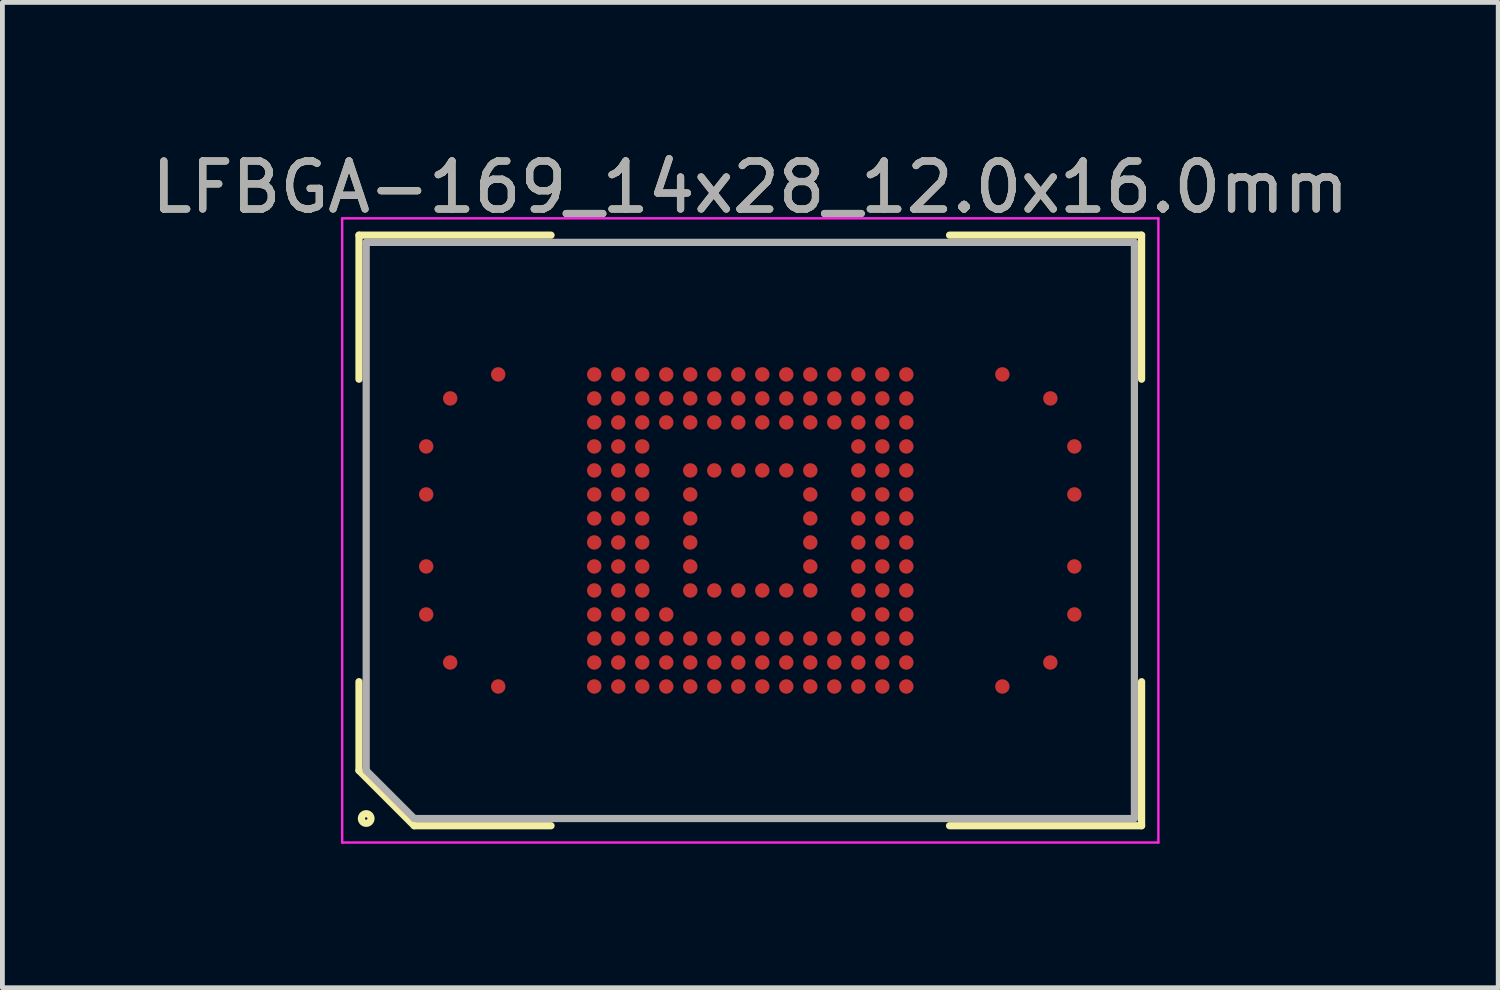
<source format=kicad_pcb>
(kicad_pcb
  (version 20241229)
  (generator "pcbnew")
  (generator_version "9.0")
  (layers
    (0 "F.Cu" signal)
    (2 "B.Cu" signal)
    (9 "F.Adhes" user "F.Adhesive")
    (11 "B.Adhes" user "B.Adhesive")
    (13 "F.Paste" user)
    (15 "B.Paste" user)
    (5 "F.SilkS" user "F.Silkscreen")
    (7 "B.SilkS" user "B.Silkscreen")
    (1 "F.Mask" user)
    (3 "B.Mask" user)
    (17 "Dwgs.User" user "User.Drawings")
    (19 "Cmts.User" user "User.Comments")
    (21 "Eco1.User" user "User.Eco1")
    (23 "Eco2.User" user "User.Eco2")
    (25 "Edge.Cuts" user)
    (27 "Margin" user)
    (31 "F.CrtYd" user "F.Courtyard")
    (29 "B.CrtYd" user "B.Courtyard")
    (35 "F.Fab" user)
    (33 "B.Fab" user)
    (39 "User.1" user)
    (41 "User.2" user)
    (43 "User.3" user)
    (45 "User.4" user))
  (footprint "LFBGA-169_14x28_12.0x16.0mm"
    (layer "F.Cu")
    (at 12.577 7.998)
    (property "Reference" "LFBGA-169_14x28_12.0x16.0mm" (at 0 -7.15 0) (layer "F.SilkS") (effects (font (size 1 1) (thickness 0.15))))
    (attr smd)
    (fp_line (start -8.15 -6.15) (end -4.15 -6.15) (stroke (width 0.15) (type solid)) (layer "F.SilkS"))
    (fp_line (start -8.15 -3.15) (end -8.15 -6.15) (stroke (width 0.15) (type solid)) (layer "F.SilkS"))
    (fp_line (start -8.15 3.15) (end -8.15 5) (stroke (width 0.15) (type solid)) (layer "F.SilkS"))
    (fp_line (start -8.15 5) (end -7 6.15) (stroke (width 0.15) (type solid)) (layer "F.SilkS"))
    (fp_line (start -7 6.15) (end -4.15 6.15) (stroke (width 0.15) (type solid)) (layer "F.SilkS"))
    (fp_line (start 8.15 -6.15) (end 4.15 -6.15) (stroke (width 0.15) (type solid)) (layer "F.SilkS"))
    (fp_line (start 8.15 -3.15) (end 8.15 -6.15) (stroke (width 0.15) (type solid)) (layer "F.SilkS"))
    (fp_line (start 8.15 3.15) (end 8.15 6.15) (stroke (width 0.15) (type solid)) (layer "F.SilkS"))
    (fp_line (start 8.15 6.15) (end 4.15 6.15) (stroke (width 0.15) (type solid)) (layer "F.SilkS"))
    (fp_circle (center -8 6) (end -8 6.1) (stroke (width 0.15) (type solid)) (fill no) (layer "F.SilkS"))
    (fp_line (start -8.5 -6.5) (end 8.5 -6.5) (stroke (width 0.05) (type solid)) (layer "F.CrtYd"))
    (fp_line (start -8.5 6.5) (end -8.5 -6.5) (stroke (width 0.05) (type solid)) (layer "F.CrtYd"))
    (fp_line (start 8.5 -6.5) (end 8.5 6.5) (stroke (width 0.05) (type solid)) (layer "F.CrtYd"))
    (fp_line (start 8.5 6.5) (end -8.5 6.5) (stroke (width 0.05) (type solid)) (layer "F.CrtYd"))
    (fp_line (start -8 -6) (end -8 5) (stroke (width 0.15) (type solid)) (layer "F.Fab"))
    (fp_line (start -8 5) (end -7 6) (stroke (width 0.15) (type solid)) (layer "F.Fab"))
    (fp_line (start -7 6) (end 8 6) (stroke (width 0.15) (type solid)) (layer "F.Fab"))
    (fp_line (start 8 -6) (end -8 -6) (stroke (width 0.15) (type solid)) (layer "F.Fab"))
    (fp_line (start 8 6) (end 8 -6) (stroke (width 0.15) (type solid)) (layer "F.Fab"))
    (fp_text user "${REFERENCE}" (at 0 -7.15 0) (layer "F.Fab") (effects (font (size 1 1) (thickness 0.15))))
    (pad "A4" smd circle (at -6.75 1.75 90) (size 0.3 0.3) (layers "F.Cu" "F.Mask" "F.Paste"))
    (pad "A6" smd circle (at -6.75 0.75 90) (size 0.3 0.3) (layers "F.Cu" "F.Mask" "F.Paste"))
    (pad "A9" smd circle (at -6.75 -0.75 90) (size 0.3 0.3) (layers "F.Cu" "F.Mask" "F.Paste"))
    (pad "A11" smd circle (at -6.75 -1.75 90) (size 0.3 0.3) (layers "F.Cu" "F.Mask" "F.Paste"))
    (pad "AA1" smd circle (at 3.25 3.25 90) (size 0.3 0.3) (layers "F.Cu" "F.Mask" "F.Paste"))
    (pad "AA2" smd circle (at 3.25 2.75 90) (size 0.3 0.3) (layers "F.Cu" "F.Mask" "F.Paste"))
    (pad "AA3" smd circle (at 3.25 2.25 90) (size 0.3 0.3) (layers "F.Cu" "F.Mask" "F.Paste"))
    (pad "AA4" smd circle (at 3.25 1.75 90) (size 0.3 0.3) (layers "F.Cu" "F.Mask" "F.Paste"))
    (pad "AA5" smd circle (at 3.25 1.25 90) (size 0.3 0.3) (layers "F.Cu" "F.Mask" "F.Paste"))
    (pad "AA6" smd circle (at 3.25 0.75 90) (size 0.3 0.3) (layers "F.Cu" "F.Mask" "F.Paste"))
    (pad "AA7" smd circle (at 3.25 0.25 90) (size 0.3 0.3) (layers "F.Cu" "F.Mask" "F.Paste"))
    (pad "AA8" smd circle (at 3.25 -0.25 90) (size 0.3 0.3) (layers "F.Cu" "F.Mask" "F.Paste"))
    (pad "AA9" smd circle (at 3.25 -0.75 90) (size 0.3 0.3) (layers "F.Cu" "F.Mask" "F.Paste"))
    (pad "AA10" smd circle (at 3.25 -1.25 90) (size 0.3 0.3) (layers "F.Cu" "F.Mask" "F.Paste"))
    (pad "AA11" smd circle (at 3.25 -1.75 90) (size 0.3 0.3) (layers "F.Cu" "F.Mask" "F.Paste"))
    (pad "AA12" smd circle (at 3.25 -2.25 90) (size 0.3 0.3) (layers "F.Cu" "F.Mask" "F.Paste"))
    (pad "AA13" smd circle (at 3.25 -2.75 90) (size 0.3 0.3) (layers "F.Cu" "F.Mask" "F.Paste"))
    (pad "AA14" smd circle (at 3.25 -3.25 90) (size 0.3 0.3) (layers "F.Cu" "F.Mask" "F.Paste"))
    (pad "AE1" smd circle (at 5.25 3.25 90) (size 0.3 0.3) (layers "F.Cu" "F.Mask" "F.Paste"))
    (pad "AE14" smd circle (at 5.25 -3.25 90) (size 0.3 0.3) (layers "F.Cu" "F.Mask" "F.Paste"))
    (pad "AG2" smd circle (at 6.25 2.75 90) (size 0.3 0.3) (layers "F.Cu" "F.Mask" "F.Paste"))
    (pad "AG13" smd circle (at 6.25 -2.75 90) (size 0.3 0.3) (layers "F.Cu" "F.Mask" "F.Paste"))
    (pad "AH4" smd circle (at 6.75 1.75 90) (size 0.3 0.3) (layers "F.Cu" "F.Mask" "F.Paste"))
    (pad "AH6" smd circle (at 6.75 0.75 90) (size 0.3 0.3) (layers "F.Cu" "F.Mask" "F.Paste"))
    (pad "AH9" smd circle (at 6.75 -0.75 90) (size 0.3 0.3) (layers "F.Cu" "F.Mask" "F.Paste"))
    (pad "AH11" smd circle (at 6.75 -1.75 90) (size 0.3 0.3) (layers "F.Cu" "F.Mask" "F.Paste"))
    (pad "B2" smd circle (at -6.25 2.75 90) (size 0.3 0.3) (layers "F.Cu" "F.Mask" "F.Paste"))
    (pad "B13" smd circle (at -6.25 -2.75 90) (size 0.3 0.3) (layers "F.Cu" "F.Mask" "F.Paste"))
    (pad "D1" smd circle (at -5.25 3.25 90) (size 0.3 0.3) (layers "F.Cu" "F.Mask" "F.Paste"))
    (pad "D14" smd circle (at -5.25 -3.25 90) (size 0.3 0.3) (layers "F.Cu" "F.Mask" "F.Paste"))
    (pad "H1" smd circle (at -3.25 3.25 90) (size 0.3 0.3) (layers "F.Cu" "F.Mask" "F.Paste"))
    (pad "H2" smd circle (at -3.25 2.75 90) (size 0.3 0.3) (layers "F.Cu" "F.Mask" "F.Paste"))
    (pad "H3" smd circle (at -3.25 2.25 90) (size 0.3 0.3) (layers "F.Cu" "F.Mask" "F.Paste"))
    (pad "H4" smd circle (at -3.25 1.75 90) (size 0.3 0.3) (layers "F.Cu" "F.Mask" "F.Paste"))
    (pad "H5" smd circle (at -3.25 1.25 90) (size 0.3 0.3) (layers "F.Cu" "F.Mask" "F.Paste"))
    (pad "H6" smd circle (at -3.25 0.75 90) (size 0.3 0.3) (layers "F.Cu" "F.Mask" "F.Paste"))
    (pad "H7" smd circle (at -3.25 0.25 90) (size 0.3 0.3) (layers "F.Cu" "F.Mask" "F.Paste"))
    (pad "H8" smd circle (at -3.25 -0.25 90) (size 0.3 0.3) (layers "F.Cu" "F.Mask" "F.Paste"))
    (pad "H9" smd circle (at -3.25 -0.75 90) (size 0.3 0.3) (layers "F.Cu" "F.Mask" "F.Paste"))
    (pad "H10" smd circle (at -3.25 -1.25 90) (size 0.3 0.3) (layers "F.Cu" "F.Mask" "F.Paste"))
    (pad "H11" smd circle (at -3.25 -1.75 90) (size 0.3 0.3) (layers "F.Cu" "F.Mask" "F.Paste"))
    (pad "H12" smd circle (at -3.25 -2.25 90) (size 0.3 0.3) (layers "F.Cu" "F.Mask" "F.Paste"))
    (pad "H13" smd circle (at -3.25 -2.75 90) (size 0.3 0.3) (layers "F.Cu" "F.Mask" "F.Paste"))
    (pad "H14" smd circle (at -3.25 -3.25 90) (size 0.3 0.3) (layers "F.Cu" "F.Mask" "F.Paste"))
    (pad "J1" smd circle (at -2.75 3.25 90) (size 0.3 0.3) (layers "F.Cu" "F.Mask" "F.Paste"))
    (pad "J2" smd circle (at -2.75 2.75 90) (size 0.3 0.3) (layers "F.Cu" "F.Mask" "F.Paste"))
    (pad "J3" smd circle (at -2.75 2.25 90) (size 0.3 0.3) (layers "F.Cu" "F.Mask" "F.Paste"))
    (pad "J4" smd circle (at -2.75 1.75 90) (size 0.3 0.3) (layers "F.Cu" "F.Mask" "F.Paste"))
    (pad "J5" smd circle (at -2.75 1.25 90) (size 0.3 0.3) (layers "F.Cu" "F.Mask" "F.Paste"))
    (pad "J6" smd circle (at -2.75 0.75 90) (size 0.3 0.3) (layers "F.Cu" "F.Mask" "F.Paste"))
    (pad "J7" smd circle (at -2.75 0.25 90) (size 0.3 0.3) (layers "F.Cu" "F.Mask" "F.Paste"))
    (pad "J8" smd circle (at -2.75 -0.25 90) (size 0.3 0.3) (layers "F.Cu" "F.Mask" "F.Paste"))
    (pad "J9" smd circle (at -2.75 -0.75 90) (size 0.3 0.3) (layers "F.Cu" "F.Mask" "F.Paste"))
    (pad "J10" smd circle (at -2.75 -1.25 90) (size 0.3 0.3) (layers "F.Cu" "F.Mask" "F.Paste"))
    (pad "J11" smd circle (at -2.75 -1.75 90) (size 0.3 0.3) (layers "F.Cu" "F.Mask" "F.Paste"))
    (pad "J12" smd circle (at -2.75 -2.25 90) (size 0.3 0.3) (layers "F.Cu" "F.Mask" "F.Paste"))
    (pad "J13" smd circle (at -2.75 -2.75 90) (size 0.3 0.3) (layers "F.Cu" "F.Mask" "F.Paste"))
    (pad "J14" smd circle (at -2.75 -3.25 90) (size 0.3 0.3) (layers "F.Cu" "F.Mask" "F.Paste"))
    (pad "K1" smd circle (at -2.25 3.25 90) (size 0.3 0.3) (layers "F.Cu" "F.Mask" "F.Paste"))
    (pad "K2" smd circle (at -2.25 2.75 90) (size 0.3 0.3) (layers "F.Cu" "F.Mask" "F.Paste"))
    (pad "K3" smd circle (at -2.25 2.25 90) (size 0.3 0.3) (layers "F.Cu" "F.Mask" "F.Paste"))
    (pad "K4" smd circle (at -2.25 1.75 90) (size 0.3 0.3) (layers "F.Cu" "F.Mask" "F.Paste"))
    (pad "K5" smd circle (at -2.25 1.25 90) (size 0.3 0.3) (layers "F.Cu" "F.Mask" "F.Paste"))
    (pad "K6" smd circle (at -2.25 0.75 90) (size 0.3 0.3) (layers "F.Cu" "F.Mask" "F.Paste"))
    (pad "K7" smd circle (at -2.25 0.25 90) (size 0.3 0.3) (layers "F.Cu" "F.Mask" "F.Paste"))
    (pad "K8" smd circle (at -2.25 -0.25 90) (size 0.3 0.3) (layers "F.Cu" "F.Mask" "F.Paste"))
    (pad "K9" smd circle (at -2.25 -0.75 90) (size 0.3 0.3) (layers "F.Cu" "F.Mask" "F.Paste"))
    (pad "K10" smd circle (at -2.25 -1.25 90) (size 0.3 0.3) (layers "F.Cu" "F.Mask" "F.Paste"))
    (pad "K11" smd circle (at -2.25 -1.75 90) (size 0.3 0.3) (layers "F.Cu" "F.Mask" "F.Paste"))
    (pad "K12" smd circle (at -2.25 -2.25 90) (size 0.3 0.3) (layers "F.Cu" "F.Mask" "F.Paste"))
    (pad "K13" smd circle (at -2.25 -2.75 90) (size 0.3 0.3) (layers "F.Cu" "F.Mask" "F.Paste"))
    (pad "K14" smd circle (at -2.25 -3.25 90) (size 0.3 0.3) (layers "F.Cu" "F.Mask" "F.Paste"))
    (pad "L1" smd circle (at -1.75 3.25 90) (size 0.3 0.3) (layers "F.Cu" "F.Mask" "F.Paste"))
    (pad "L2" smd circle (at -1.75 2.75 90) (size 0.3 0.3) (layers "F.Cu" "F.Mask" "F.Paste"))
    (pad "L3" smd circle (at -1.75 2.25 90) (size 0.3 0.3) (layers "F.Cu" "F.Mask" "F.Paste"))
    (pad "L4" smd circle (at -1.75 1.75 90) (size 0.3 0.3) (layers "F.Cu" "F.Mask" "F.Paste"))
    (pad "L12" smd circle (at -1.75 -2.25 90) (size 0.3 0.3) (layers "F.Cu" "F.Mask" "F.Paste"))
    (pad "L13" smd circle (at -1.75 -2.75 90) (size 0.3 0.3) (layers "F.Cu" "F.Mask" "F.Paste"))
    (pad "L14" smd circle (at -1.75 -3.25 90) (size 0.3 0.3) (layers "F.Cu" "F.Mask" "F.Paste"))
    (pad "M1" smd circle (at -1.25 3.25 90) (size 0.3 0.3) (layers "F.Cu" "F.Mask" "F.Paste"))
    (pad "M2" smd circle (at -1.25 2.75 90) (size 0.3 0.3) (layers "F.Cu" "F.Mask" "F.Paste"))
    (pad "M3" smd circle (at -1.25 2.25 90) (size 0.3 0.3) (layers "F.Cu" "F.Mask" "F.Paste"))
    (pad "M5" smd circle (at -1.25 1.25 90) (size 0.3 0.3) (layers "F.Cu" "F.Mask" "F.Paste"))
    (pad "M6" smd circle (at -1.25 0.75 90) (size 0.3 0.3) (layers "F.Cu" "F.Mask" "F.Paste"))
    (pad "M7" smd circle (at -1.25 0.25 90) (size 0.3 0.3) (layers "F.Cu" "F.Mask" "F.Paste"))
    (pad "M8" smd circle (at -1.25 -0.25 90) (size 0.3 0.3) (layers "F.Cu" "F.Mask" "F.Paste"))
    (pad "M9" smd circle (at -1.25 -0.75 90) (size 0.3 0.3) (layers "F.Cu" "F.Mask" "F.Paste"))
    (pad "M10" smd circle (at -1.25 -1.25 90) (size 0.3 0.3) (layers "F.Cu" "F.Mask" "F.Paste"))
    (pad "M12" smd circle (at -1.25 -2.25 90) (size 0.3 0.3) (layers "F.Cu" "F.Mask" "F.Paste"))
    (pad "M13" smd circle (at -1.25 -2.75 90) (size 0.3 0.3) (layers "F.Cu" "F.Mask" "F.Paste"))
    (pad "M14" smd circle (at -1.25 -3.25 90) (size 0.3 0.3) (layers "F.Cu" "F.Mask" "F.Paste"))
    (pad "N1" smd circle (at -0.75 3.25 90) (size 0.3 0.3) (layers "F.Cu" "F.Mask" "F.Paste"))
    (pad "N2" smd circle (at -0.75 2.75 90) (size 0.3 0.3) (layers "F.Cu" "F.Mask" "F.Paste"))
    (pad "N3" smd circle (at -0.75 2.25 90) (size 0.3 0.3) (layers "F.Cu" "F.Mask" "F.Paste"))
    (pad "N5" smd circle (at -0.75 1.25 90) (size 0.3 0.3) (layers "F.Cu" "F.Mask" "F.Paste"))
    (pad "N10" smd circle (at -0.75 -1.25 90) (size 0.3 0.3) (layers "F.Cu" "F.Mask" "F.Paste"))
    (pad "N12" smd circle (at -0.75 -2.25 90) (size 0.3 0.3) (layers "F.Cu" "F.Mask" "F.Paste"))
    (pad "N13" smd circle (at -0.75 -2.75 90) (size 0.3 0.3) (layers "F.Cu" "F.Mask" "F.Paste"))
    (pad "N14" smd circle (at -0.75 -3.25 90) (size 0.3 0.3) (layers "F.Cu" "F.Mask" "F.Paste"))
    (pad "P1" smd circle (at -0.25 3.25 90) (size 0.3 0.3) (layers "F.Cu" "F.Mask" "F.Paste"))
    (pad "P2" smd circle (at -0.25 2.75 90) (size 0.3 0.3) (layers "F.Cu" "F.Mask" "F.Paste"))
    (pad "P3" smd circle (at -0.25 2.25 90) (size 0.3 0.3) (layers "F.Cu" "F.Mask" "F.Paste"))
    (pad "P5" smd circle (at -0.25 1.25 90) (size 0.3 0.3) (layers "F.Cu" "F.Mask" "F.Paste"))
    (pad "P10" smd circle (at -0.25 -1.25 90) (size 0.3 0.3) (layers "F.Cu" "F.Mask" "F.Paste"))
    (pad "P12" smd circle (at -0.25 -2.25 90) (size 0.3 0.3) (layers "F.Cu" "F.Mask" "F.Paste"))
    (pad "P13" smd circle (at -0.25 -2.75 90) (size 0.3 0.3) (layers "F.Cu" "F.Mask" "F.Paste"))
    (pad "P14" smd circle (at -0.25 -3.25 90) (size 0.3 0.3) (layers "F.Cu" "F.Mask" "F.Paste"))
    (pad "R1" smd circle (at 0.25 3.25 90) (size 0.3 0.3) (layers "F.Cu" "F.Mask" "F.Paste"))
    (pad "R2" smd circle (at 0.25 2.75 90) (size 0.3 0.3) (layers "F.Cu" "F.Mask" "F.Paste"))
    (pad "R3" smd circle (at 0.25 2.25 90) (size 0.3 0.3) (layers "F.Cu" "F.Mask" "F.Paste"))
    (pad "R5" smd circle (at 0.25 1.25 90) (size 0.3 0.3) (layers "F.Cu" "F.Mask" "F.Paste"))
    (pad "R10" smd circle (at 0.25 -1.25 90) (size 0.3 0.3) (layers "F.Cu" "F.Mask" "F.Paste"))
    (pad "R12" smd circle (at 0.25 -2.25 90) (size 0.3 0.3) (layers "F.Cu" "F.Mask" "F.Paste"))
    (pad "R13" smd circle (at 0.25 -2.75 90) (size 0.3 0.3) (layers "F.Cu" "F.Mask" "F.Paste"))
    (pad "R14" smd circle (at 0.25 -3.25 90) (size 0.3 0.3) (layers "F.Cu" "F.Mask" "F.Paste"))
    (pad "T1" smd circle (at 0.75 3.25 90) (size 0.3 0.3) (layers "F.Cu" "F.Mask" "F.Paste"))
    (pad "T2" smd circle (at 0.75 2.75 90) (size 0.3 0.3) (layers "F.Cu" "F.Mask" "F.Paste"))
    (pad "T3" smd circle (at 0.75 2.25 90) (size 0.3 0.3) (layers "F.Cu" "F.Mask" "F.Paste"))
    (pad "T5" smd circle (at 0.75 1.25 90) (size 0.3 0.3) (layers "F.Cu" "F.Mask" "F.Paste"))
    (pad "T10" smd circle (at 0.75 -1.25 90) (size 0.3 0.3) (layers "F.Cu" "F.Mask" "F.Paste"))
    (pad "T12" smd circle (at 0.75 -2.25 90) (size 0.3 0.3) (layers "F.Cu" "F.Mask" "F.Paste"))
    (pad "T13" smd circle (at 0.75 -2.75 90) (size 0.3 0.3) (layers "F.Cu" "F.Mask" "F.Paste"))
    (pad "T14" smd circle (at 0.75 -3.25 90) (size 0.3 0.3) (layers "F.Cu" "F.Mask" "F.Paste"))
    (pad "U1" smd circle (at 1.25 3.25 90) (size 0.3 0.3) (layers "F.Cu" "F.Mask" "F.Paste"))
    (pad "U2" smd circle (at 1.25 2.75 90) (size 0.3 0.3) (layers "F.Cu" "F.Mask" "F.Paste"))
    (pad "U3" smd circle (at 1.25 2.25 90) (size 0.3 0.3) (layers "F.Cu" "F.Mask" "F.Paste"))
    (pad "U5" smd circle (at 1.25 1.25 90) (size 0.3 0.3) (layers "F.Cu" "F.Mask" "F.Paste"))
    (pad "U6" smd circle (at 1.25 0.75 90) (size 0.3 0.3) (layers "F.Cu" "F.Mask" "F.Paste"))
    (pad "U7" smd circle (at 1.25 0.25 90) (size 0.3 0.3) (layers "F.Cu" "F.Mask" "F.Paste"))
    (pad "U8" smd circle (at 1.25 -0.25 90) (size 0.3 0.3) (layers "F.Cu" "F.Mask" "F.Paste"))
    (pad "U9" smd circle (at 1.25 -0.75 90) (size 0.3 0.3) (layers "F.Cu" "F.Mask" "F.Paste"))
    (pad "U10" smd circle (at 1.25 -1.25 90) (size 0.3 0.3) (layers "F.Cu" "F.Mask" "F.Paste"))
    (pad "U12" smd circle (at 1.25 -2.25 90) (size 0.3 0.3) (layers "F.Cu" "F.Mask" "F.Paste"))
    (pad "U13" smd circle (at 1.25 -2.75 90) (size 0.3 0.3) (layers "F.Cu" "F.Mask" "F.Paste"))
    (pad "U14" smd circle (at 1.25 -3.25 90) (size 0.3 0.3) (layers "F.Cu" "F.Mask" "F.Paste"))
    (pad "V1" smd circle (at 1.75 3.25 90) (size 0.3 0.3) (layers "F.Cu" "F.Mask" "F.Paste"))
    (pad "V2" smd circle (at 1.75 2.75 90) (size 0.3 0.3) (layers "F.Cu" "F.Mask" "F.Paste"))
    (pad "V3" smd circle (at 1.75 2.25 90) (size 0.3 0.3) (layers "F.Cu" "F.Mask" "F.Paste"))
    (pad "V12" smd circle (at 1.75 -2.25 90) (size 0.3 0.3) (layers "F.Cu" "F.Mask" "F.Paste"))
    (pad "V13" smd circle (at 1.75 -2.75 90) (size 0.3 0.3) (layers "F.Cu" "F.Mask" "F.Paste"))
    (pad "V14" smd circle (at 1.75 -3.25 90) (size 0.3 0.3) (layers "F.Cu" "F.Mask" "F.Paste"))
    (pad "W1" smd circle (at 2.25 3.25 90) (size 0.3 0.3) (layers "F.Cu" "F.Mask" "F.Paste"))
    (pad "W2" smd circle (at 2.25 2.75 90) (size 0.3 0.3) (layers "F.Cu" "F.Mask" "F.Paste"))
    (pad "W3" smd circle (at 2.25 2.25 90) (size 0.3 0.3) (layers "F.Cu" "F.Mask" "F.Paste"))
    (pad "W4" smd circle (at 2.25 1.75 90) (size 0.3 0.3) (layers "F.Cu" "F.Mask" "F.Paste"))
    (pad "W5" smd circle (at 2.25 1.25 90) (size 0.3 0.3) (layers "F.Cu" "F.Mask" "F.Paste"))
    (pad "W6" smd circle (at 2.25 0.75 90) (size 0.3 0.3) (layers "F.Cu" "F.Mask" "F.Paste"))
    (pad "W7" smd circle (at 2.25 0.25 90) (size 0.3 0.3) (layers "F.Cu" "F.Mask" "F.Paste"))
    (pad "W8" smd circle (at 2.25 -0.25 90) (size 0.3 0.3) (layers "F.Cu" "F.Mask" "F.Paste"))
    (pad "W9" smd circle (at 2.25 -0.75 90) (size 0.3 0.3) (layers "F.Cu" "F.Mask" "F.Paste"))
    (pad "W10" smd circle (at 2.25 -1.25 90) (size 0.3 0.3) (layers "F.Cu" "F.Mask" "F.Paste"))
    (pad "W11" smd circle (at 2.25 -1.75 90) (size 0.3 0.3) (layers "F.Cu" "F.Mask" "F.Paste"))
    (pad "W12" smd circle (at 2.25 -2.25 90) (size 0.3 0.3) (layers "F.Cu" "F.Mask" "F.Paste"))
    (pad "W13" smd circle (at 2.25 -2.75 90) (size 0.3 0.3) (layers "F.Cu" "F.Mask" "F.Paste"))
    (pad "W14" smd circle (at 2.25 -3.25 90) (size 0.3 0.3) (layers "F.Cu" "F.Mask" "F.Paste"))
    (pad "Y1" smd circle (at 2.75 3.25 90) (size 0.3 0.3) (layers "F.Cu" "F.Mask" "F.Paste"))
    (pad "Y2" smd circle (at 2.75 2.75 90) (size 0.3 0.3) (layers "F.Cu" "F.Mask" "F.Paste"))
    (pad "Y3" smd circle (at 2.75 2.25 90) (size 0.3 0.3) (layers "F.Cu" "F.Mask" "F.Paste"))
    (pad "Y4" smd circle (at 2.75 1.75 90) (size 0.3 0.3) (layers "F.Cu" "F.Mask" "F.Paste"))
    (pad "Y5" smd circle (at 2.75 1.25 90) (size 0.3 0.3) (layers "F.Cu" "F.Mask" "F.Paste"))
    (pad "Y6" smd circle (at 2.75 0.75 90) (size 0.3 0.3) (layers "F.Cu" "F.Mask" "F.Paste"))
    (pad "Y7" smd circle (at 2.75 0.25 90) (size 0.3 0.3) (layers "F.Cu" "F.Mask" "F.Paste"))
    (pad "Y8" smd circle (at 2.75 -0.25 90) (size 0.3 0.3) (layers "F.Cu" "F.Mask" "F.Paste"))
    (pad "Y9" smd circle (at 2.75 -0.75 90) (size 0.3 0.3) (layers "F.Cu" "F.Mask" "F.Paste"))
    (pad "Y10" smd circle (at 2.75 -1.25 90) (size 0.3 0.3) (layers "F.Cu" "F.Mask" "F.Paste"))
    (pad "Y11" smd circle (at 2.75 -1.75 90) (size 0.3 0.3) (layers "F.Cu" "F.Mask" "F.Paste"))
    (pad "Y12" smd circle (at 2.75 -2.25 90) (size 0.3 0.3) (layers "F.Cu" "F.Mask" "F.Paste"))
    (pad "Y13" smd circle (at 2.75 -2.75 90) (size 0.3 0.3) (layers "F.Cu" "F.Mask" "F.Paste"))
    (pad "Y14" smd circle (at 2.75 -3.25 90) (size 0.3 0.3) (layers "F.Cu" "F.Mask" "F.Paste")))
  (gr_rect
    (start -3 -3)
    (end 28.155 17.523)
    (stroke (width 0.1) (type default))
    (fill no)
    (layer "Edge.Cuts")))
</source>
